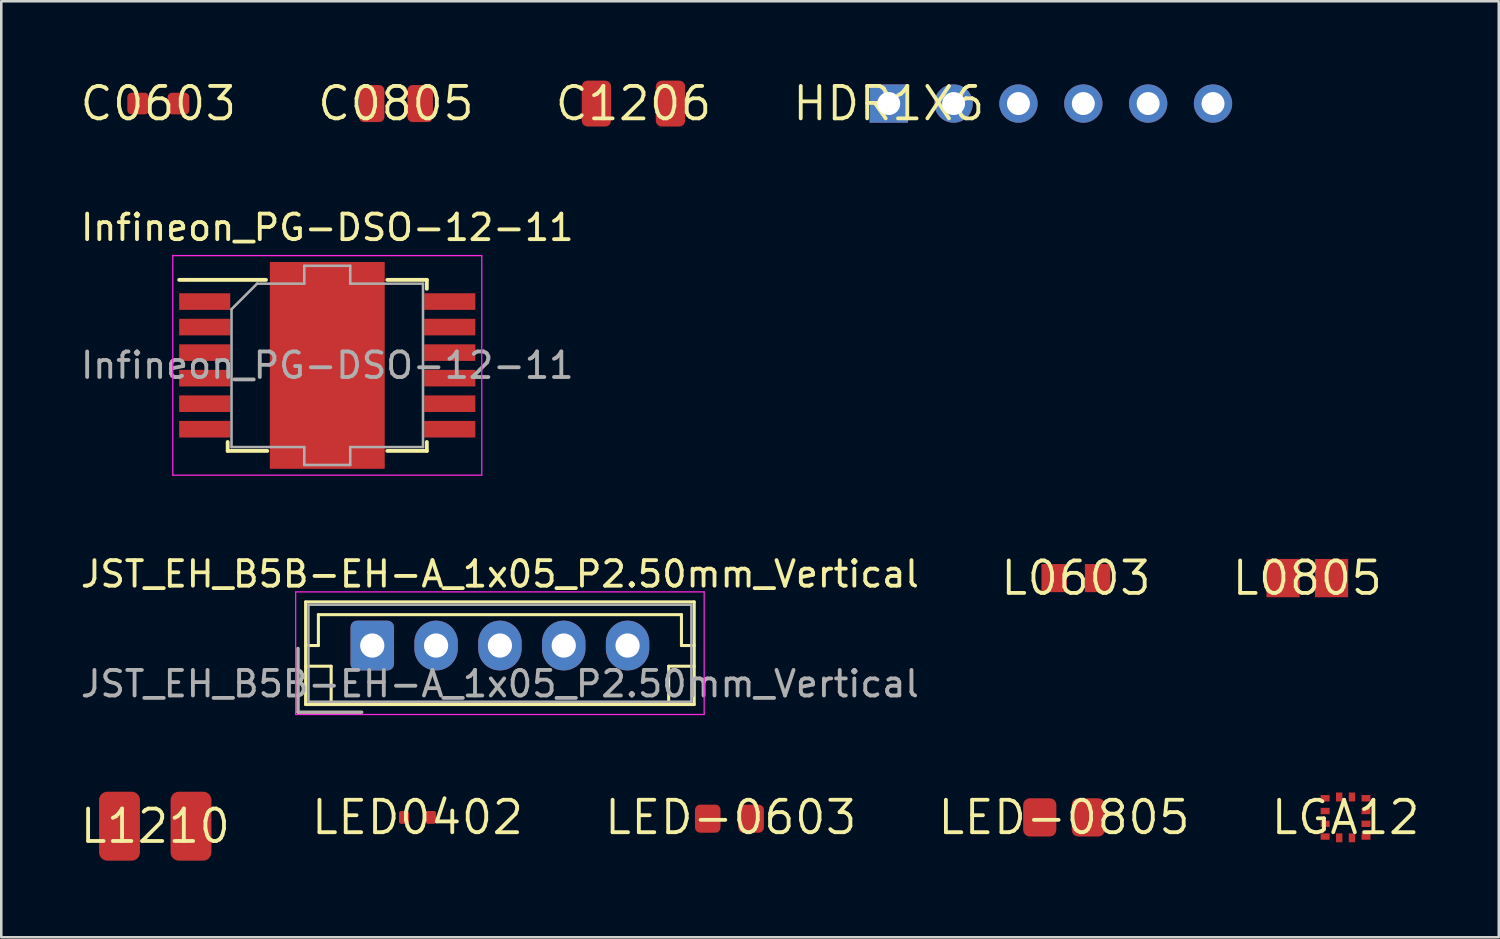
<source format=kicad_pcb>
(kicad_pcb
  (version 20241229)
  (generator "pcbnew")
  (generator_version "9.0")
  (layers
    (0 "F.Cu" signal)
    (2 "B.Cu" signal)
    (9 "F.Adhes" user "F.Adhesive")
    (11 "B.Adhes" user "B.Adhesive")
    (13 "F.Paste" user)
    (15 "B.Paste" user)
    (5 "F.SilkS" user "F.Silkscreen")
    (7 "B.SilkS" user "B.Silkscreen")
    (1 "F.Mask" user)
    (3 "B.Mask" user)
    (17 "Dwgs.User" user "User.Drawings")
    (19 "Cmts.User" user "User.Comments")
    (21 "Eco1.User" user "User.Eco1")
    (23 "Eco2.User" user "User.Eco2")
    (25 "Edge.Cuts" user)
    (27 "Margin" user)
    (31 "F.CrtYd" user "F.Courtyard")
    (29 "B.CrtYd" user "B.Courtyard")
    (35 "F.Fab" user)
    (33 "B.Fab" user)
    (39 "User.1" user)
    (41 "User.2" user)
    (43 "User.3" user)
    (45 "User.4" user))
  (footprint "LGA12"
    (layer "F.Cu")
    (at 49.652 28.965)
    (property "Reference" "LGA12" (at 0 0 0) (layer "F.SilkS") (effects (font (size 1.27 1.27) (thickness 0.15))))
    (attr through_hole)
    (pad "1" smd rect (at -0.8 -0.75) (size 0.35 0.25) (layers "F.Cu" "F.Mask"))
    (pad "2" smd rect (at -0.8 -0.25) (size 0.35 0.25) (layers "F.Cu" "F.Mask"))
    (pad "3" smd rect (at -0.8 0.25) (size 0.35 0.25) (layers "F.Cu" "F.Mask"))
    (pad "4" smd rect (at -0.8 0.75) (size 0.35 0.25) (layers "F.Cu" "F.Mask"))
    (pad "5" smd rect (at -0.25 0.8 90) (size 0.35 0.25) (layers "F.Cu" "F.Mask"))
    (pad "6" smd rect (at 0.25 0.8 90) (size 0.35 0.25) (layers "F.Cu" "F.Mask"))
    (pad "7" smd rect (at 0.8 0.75) (size 0.35 0.25) (layers "F.Cu" "F.Mask"))
    (pad "8" smd rect (at 0.8 0.25) (size 0.35 0.25) (layers "F.Cu" "F.Mask"))
    (pad "9" smd rect (at 0.8 -0.25) (size 0.35 0.25) (layers "F.Cu" "F.Mask"))
    (pad "10" smd rect (at 0.8 -0.75) (size 0.35 0.25) (layers "F.Cu" "F.Mask"))
    (pad "11" smd rect (at 0.25 -0.8 90) (size 0.35 0.25) (layers "F.Cu" "F.Mask"))
    (pad "12" smd rect (at -0.25 -0.8 90) (size 0.35 0.25) (layers "F.Cu" "F.Mask")))
  (footprint "L0805"
    (layer "F.Cu")
    (at 48.153 19.592)
    (property "Reference" "L0805" (at 0 0 0) (layer "F.SilkS") (effects (font (size 1.27 1.27) (thickness 0.15))))
    (attr through_hole)
    (pad "1" smd rect (at -0.95 0) (size 1.3 1.5) (layers "F.Cu" "F.Mask"))
    (pad "2" smd rect (at 0.95 0) (size 1.3 1.5) (layers "F.Cu" "F.Mask")))
  (footprint "HDR1X6"
    (layer "F.Cu")
    (at 31.76 1.006)
    (property "Reference" "HDR1X6" (at 0 0 0) (layer "F.SilkS") (effects (font (size 1.27 1.27) (thickness 0.15))))
    (attr through_hole)
    (pad "1" thru_hole rect (at 0 0) (size 1.5 1.5) (drill 0.9) (layers "F.Cu" "F.Mask"))
    (pad "2" thru_hole oval (at 2.54 0) (size 1.5 1.5) (drill 0.9) (layers "F.Cu" "F.Mask"))
    (pad "3" thru_hole oval (at 5.08 0) (size 1.5 1.5) (drill 0.9) (layers "F.Cu" "F.Mask"))
    (pad "4" thru_hole oval (at 7.62 0) (size 1.5 1.5) (drill 0.9) (layers "F.Cu" "F.Mask"))
    (pad "5" thru_hole oval (at 10.16 0) (size 1.5 1.5) (drill 0.9) (layers "F.Cu" "F.Mask"))
    (pad "6" thru_hole oval (at 12.7 0) (size 1.5 1.5) (drill 0.9) (layers "F.Cu" "F.Mask")))
  (footprint "L0603"
    (layer "F.Cu")
    (at 39.091 19.592)
    (property "Reference" "L0603" (at 0 0 0) (layer "F.SilkS") (effects (font (size 1.27 1.27) (thickness 0.15))))
    (attr through_hole)
    (pad "1" smd rect (at -0.85 0) (size 1 1.1) (layers "F.Cu" "F.Mask"))
    (pad "2" smd rect (at 0.85 0) (size 1 1.1) (layers "F.Cu" "F.Mask")))
  (footprint "C1206"
    (layer "F.Cu")
    (at 21.76 1.006)
    (property "Reference" "C1206" (at 0 0 0) (layer "F.SilkS") (effects (font (size 1.27 1.27) (thickness 0.15))))
    (attr through_hole)
    (pad "1" smd roundrect (at -1.45 0 90) (size 1.8 1.15) (layers "F.Cu" "F.Mask") (roundrect_rratio 0.2))
    (pad "2" smd roundrect (at 1.45 0 90) (size 1.8 1.15) (layers "F.Cu" "F.Mask") (roundrect_rratio 0.2)))
  (footprint "LED0402"
    (layer "F.Cu")
    (at 13.303 28.965)
    (property "Reference" "LED0402" (at 0 0 0) (layer "F.SilkS") (effects (font (size 1.27 1.27) (thickness 0.15))))
    (attr through_hole)
    (pad "1" smd roundrect (at -0.525 0) (size 0.4 0.5) (layers "F.Cu" "F.Mask") (roundrect_rratio 0.2))
    (pad "2" smd roundrect (at 0.525 0) (size 0.4 0.5) (layers "F.Cu" "F.Mask") (roundrect_rratio 0.2)))
  (footprint "Infineon_PG-DSO-12-11"
    (layer "F.Cu")
    (at 9.768 11.261)
    (property "Reference" "Infineon_PG-DSO-12-11" (at 0 -5.4 0) (layer "F.SilkS") (effects (font (size 1 1) (thickness 0.15))))
    (attr smd)
    (fp_line (start -5.8 -3.35) (end -2.4 -3.35) (stroke (width 0.15) (type solid)) (layer "F.SilkS"))
    (fp_line (start -3.9 3) (end -3.9 3.35) (stroke (width 0.15) (type solid)) (layer "F.SilkS"))
    (fp_line (start -3.9 3.35) (end -2.35 3.35) (stroke (width 0.15) (type solid)) (layer "F.SilkS"))
    (fp_line (start 3.9 -3.35) (end 2.35 -3.35) (stroke (width 0.15) (type solid)) (layer "F.SilkS"))
    (fp_line (start 3.9 -3) (end 3.9 -3.35) (stroke (width 0.15) (type solid)) (layer "F.SilkS"))
    (fp_line (start 3.9 3) (end 3.9 3.35) (stroke (width 0.15) (type solid)) (layer "F.SilkS"))
    (fp_line (start 3.9 3.35) (end 2.35 3.35) (stroke (width 0.15) (type solid)) (layer "F.SilkS"))
    (fp_line (start -6.05 -4.3) (end 6.05 -4.3) (stroke (width 0.05) (type solid)) (layer "F.CrtYd"))
    (fp_line (start -6.05 4.3) (end -6.05 -4.3) (stroke (width 0.05) (type solid)) (layer "F.CrtYd"))
    (fp_line (start 6.05 -4.3) (end 6.05 4.3) (stroke (width 0.05) (type solid)) (layer "F.CrtYd"))
    (fp_line (start 6.05 4.3) (end -6.05 4.3) (stroke (width 0.05) (type solid)) (layer "F.CrtYd"))
    (fp_line (start -3.75 3.2) (end -3.75 -2.2) (stroke (width 0.1) (type solid)) (layer "F.Fab"))
    (fp_line (start -2.75 -3.2) (end -3.75 -2.2) (stroke (width 0.1) (type solid)) (layer "F.Fab"))
    (fp_line (start -2.75 -3.2) (end -0.9 -3.2) (stroke (width 0.1) (type solid)) (layer "F.Fab"))
    (fp_line (start -0.9 -3.9) (end 0.9 -3.9) (stroke (width 0.1) (type solid)) (layer "F.Fab"))
    (fp_line (start -0.9 -3.2) (end -0.9 -3.9) (stroke (width 0.1) (type solid)) (layer "F.Fab"))
    (fp_line (start -0.9 3.2) (end -3.75 3.2) (stroke (width 0.1) (type solid)) (layer "F.Fab"))
    (fp_line (start -0.9 3.9) (end -0.9 3.2) (stroke (width 0.1) (type solid)) (layer "F.Fab"))
    (fp_line (start 0.9 -3.9) (end 0.9 -3.2) (stroke (width 0.1) (type solid)) (layer "F.Fab"))
    (fp_line (start 0.9 -3.2) (end 3.75 -3.2) (stroke (width 0.1) (type solid)) (layer "F.Fab"))
    (fp_line (start 0.9 3.2) (end 0.9 3.9) (stroke (width 0.1) (type solid)) (layer "F.Fab"))
    (fp_line (start 0.9 3.9) (end -0.9 3.9) (stroke (width 0.1) (type solid)) (layer "F.Fab"))
    (fp_line (start 3.75 -3.2) (end 3.75 3.2) (stroke (width 0.1) (type solid)) (layer "F.Fab"))
    (fp_line (start 3.75 3.2) (end 0.9 3.2) (stroke (width 0.1) (type solid)) (layer "F.Fab"))
    (fp_text user "${REFERENCE}" (at 0 0 0) (layer "F.Fab") (effects (font (size 1 1) (thickness 0.15))))
    (pad "" smd rect (at -1.125 -2.92) (size 1.95 1.16) (layers "F.Paste"))
    (pad "" smd rect (at -1.125 -1.46) (size 1.95 1.16) (layers "F.Paste"))
    (pad "" smd rect (at -1.125 0) (size 1.95 1.16) (layers "F.Paste"))
    (pad "" smd rect (at -1.125 1.46) (size 1.95 1.16) (layers "F.Paste"))
    (pad "" smd rect (at -1.125 2.92) (size 1.95 1.16) (layers "F.Paste"))
    (pad "" smd rect (at 1.125 -2.92) (size 1.95 1.16) (layers "F.Paste"))
    (pad "" smd rect (at 1.125 -1.46) (size 1.95 1.16) (layers "F.Paste"))
    (pad "" smd rect (at 1.125 0) (size 1.95 1.16) (layers "F.Paste"))
    (pad "" smd rect (at 1.125 1.46) (size 1.95 1.16) (layers "F.Paste"))
    (pad "" smd rect (at 1.125 2.92) (size 1.95 1.16) (layers "F.Paste"))
    (pad "1" smd rect (at -4.8 -2.5) (size 2 0.65) (layers "F.Cu" "F.Mask" "F.Paste"))
    (pad "2" smd rect (at -4.8 -1.5) (size 2 0.65) (layers "F.Cu" "F.Mask" "F.Paste"))
    (pad "3" smd rect (at -4.8 -0.5) (size 2 0.65) (layers "F.Cu" "F.Mask" "F.Paste"))
    (pad "4" smd rect (at -4.8 0.5) (size 2 0.65) (layers "F.Cu" "F.Mask" "F.Paste"))
    (pad "5" smd rect (at -4.8 1.5) (size 2 0.65) (layers "F.Cu" "F.Mask" "F.Paste"))
    (pad "6" smd rect (at -4.8 2.5) (size 2 0.65) (layers "F.Cu" "F.Mask" "F.Paste"))
    (pad "7" smd rect (at 4.8 2.5) (size 2 0.65) (layers "F.Cu" "F.Mask" "F.Paste"))
    (pad "8" smd rect (at 4.8 1.5) (size 2 0.65) (layers "F.Cu" "F.Mask" "F.Paste"))
    (pad "9" smd rect (at 4.8 0.5) (size 2 0.65) (layers "F.Cu" "F.Mask" "F.Paste"))
    (pad "10" smd rect (at 4.8 -0.5) (size 2 0.65) (layers "F.Cu" "F.Mask" "F.Paste"))
    (pad "11" smd rect (at 4.8 -1.5) (size 2 0.65) (layers "F.Cu" "F.Mask" "F.Paste"))
    (pad "12" smd rect (at 4.8 -2.5) (size 2 0.65) (layers "F.Cu" "F.Mask" "F.Paste"))
    (pad "13" smd rect (at 0 0) (size 4.5 8.1) (layers "F.Cu" "F.Mask")))
  (footprint "JST_EH_B5B-EH-A_1x05_P2.50mm_Vertical"
    (layer "F.Cu")
    (at 11.53 22.234)
    (property "Reference" "JST_EH_B5B-EH-A_1x05_P2.50mm_Vertical" (at 5 -2.8 0) (layer "F.SilkS") (effects (font (size 1 1) (thickness 0.15))))
    (attr through_hole)
    (fp_line (start -2.91 0.11) (end -2.91 2.61) (stroke (width 0.12) (type solid)) (layer "F.SilkS"))
    (fp_line (start -2.91 2.61) (end -0.41 2.61) (stroke (width 0.12) (type solid)) (layer "F.SilkS"))
    (fp_line (start -2.61 -1.71) (end -2.61 2.31) (stroke (width 0.12) (type solid)) (layer "F.SilkS"))
    (fp_line (start -2.61 0) (end -2.11 0) (stroke (width 0.12) (type solid)) (layer "F.SilkS"))
    (fp_line (start -2.61 0.81) (end -1.61 0.81) (stroke (width 0.12) (type solid)) (layer "F.SilkS"))
    (fp_line (start -2.61 2.31) (end 12.61 2.31) (stroke (width 0.12) (type solid)) (layer "F.SilkS"))
    (fp_line (start -2.11 -1.21) (end 12.11 -1.21) (stroke (width 0.12) (type solid)) (layer "F.SilkS"))
    (fp_line (start -2.11 0) (end -2.11 -1.21) (stroke (width 0.12) (type solid)) (layer "F.SilkS"))
    (fp_line (start -1.61 0.81) (end -1.61 2.31) (stroke (width 0.12) (type solid)) (layer "F.SilkS"))
    (fp_line (start 11.61 0.81) (end 11.61 2.31) (stroke (width 0.12) (type solid)) (layer "F.SilkS"))
    (fp_line (start 12.11 -1.21) (end 12.11 0) (stroke (width 0.12) (type solid)) (layer "F.SilkS"))
    (fp_line (start 12.11 0) (end 12.61 0) (stroke (width 0.12) (type solid)) (layer "F.SilkS"))
    (fp_line (start 12.61 -1.71) (end -2.61 -1.71) (stroke (width 0.12) (type solid)) (layer "F.SilkS"))
    (fp_line (start 12.61 0.81) (end 11.61 0.81) (stroke (width 0.12) (type solid)) (layer "F.SilkS"))
    (fp_line (start 12.61 2.31) (end 12.61 -1.71) (stroke (width 0.12) (type solid)) (layer "F.SilkS"))
    (fp_line (start -3 -2.1) (end -3 2.7) (stroke (width 0.05) (type solid)) (layer "F.CrtYd"))
    (fp_line (start -3 2.7) (end 13 2.7) (stroke (width 0.05) (type solid)) (layer "F.CrtYd"))
    (fp_line (start 13 -2.1) (end -3 -2.1) (stroke (width 0.05) (type solid)) (layer "F.CrtYd"))
    (fp_line (start 13 2.7) (end 13 -2.1) (stroke (width 0.05) (type solid)) (layer "F.CrtYd"))
    (fp_line (start -2.91 0.11) (end -2.91 2.61) (stroke (width 0.1) (type solid)) (layer "F.Fab"))
    (fp_line (start -2.91 2.61) (end -0.41 2.61) (stroke (width 0.1) (type solid)) (layer "F.Fab"))
    (fp_line (start -2.5 -1.6) (end -2.5 2.2) (stroke (width 0.1) (type solid)) (layer "F.Fab"))
    (fp_line (start -2.5 2.2) (end 12.5 2.2) (stroke (width 0.1) (type solid)) (layer "F.Fab"))
    (fp_line (start 12.5 -1.6) (end -2.5 -1.6) (stroke (width 0.1) (type solid)) (layer "F.Fab"))
    (fp_line (start 12.5 2.2) (end 12.5 -1.6) (stroke (width 0.1) (type solid)) (layer "F.Fab"))
    (fp_text user "${REFERENCE}" (at 5 1.5 0) (layer "F.Fab") (effects (font (size 1 1) (thickness 0.15))))
    (pad "1" thru_hole roundrect (at 0 0) (size 1.7 1.95) (drill 0.95) (layers "*.Cu" "*.Mask") (roundrect_rratio 0.147))
    (pad "2" thru_hole oval (at 2.5 0) (size 1.7 1.95) (drill 0.95) (layers "*.Cu" "*.Mask"))
    (pad "3" thru_hole oval (at 5 0) (size 1.7 1.95) (drill 0.95) (layers "*.Cu" "*.Mask"))
    (pad "4" thru_hole oval (at 7.5 0) (size 1.7 1.95) (drill 0.95) (layers "*.Cu" "*.Mask"))
    (pad "5" thru_hole oval (at 10 0) (size 1.7 1.95) (drill 0.95) (layers "*.Cu" "*.Mask")))
  (footprint "C0603"
    (layer "F.Cu")
    (at 3.152 1.006)
    (property "Reference" "C0603" (at 0 0 0) (layer "F.SilkS") (effects (font (size 1.27 1.27) (thickness 0.15))))
    (attr through_hole)
    (pad "1" smd roundrect (at -0.79 0) (size 0.85 0.85) (layers "F.Cu" "F.Mask") (roundrect_rratio 0.2))
    (pad "2" smd roundrect (at 0.79 0) (size 0.85 0.85) (layers "F.Cu" "F.Mask") (roundrect_rratio 0.2)))
  (footprint "L1210"
    (layer "F.Cu")
    (at 3.031 29.309)
    (property "Reference" "L1210" (at 0 0 0) (layer "F.SilkS") (effects (font (size 1.27 1.27) (thickness 0.15))))
    (attr through_hole)
    (pad "1" smd roundrect (at -1.4 0 90) (size 2.7 1.6) (layers "F.Cu" "F.Mask") (roundrect_rratio 0.2))
    (pad "2" smd roundrect (at 1.4 0 90) (size 2.7 1.6) (layers "F.Cu" "F.Mask") (roundrect_rratio 0.2)))
  (footprint "LED-0603"
    (layer "F.Cu")
    (at 25.57 28.965)
    (property "Reference" "LED-0603" (at 0 0 0) (layer "F.SilkS") (effects (font (size 1.27 1.27) (thickness 0.15))))
    (attr through_hole)
    (pad "1" smd roundrect (at 0.8 0.05 180) (size 1 1.1) (layers "F.Cu" "F.Mask") (roundrect_rratio 0.2))
    (pad "2" smd roundrect (at -0.9 0.05 180) (size 1 1.1) (layers "F.Cu" "F.Mask") (roundrect_rratio 0.2)))
  (footprint "LED-0805"
    (layer "F.Cu")
    (at 38.624 28.965)
    (property "Reference" "LED-0805" (at 0 0 0) (layer "F.SilkS") (effects (font (size 1.27 1.27) (thickness 0.15))))
    (attr through_hole)
    (pad "1" smd roundrect (at 0.95 0) (size 1.3 1.5) (layers "F.Cu" "F.Mask") (roundrect_rratio 0.2))
    (pad "2" smd roundrect (at -0.95 0) (size 1.3 1.5) (layers "F.Cu" "F.Mask") (roundrect_rratio 0.2)))
  (footprint "C0805"
    (layer "F.Cu")
    (at 12.456 1.006)
    (property "Reference" "C0805" (at 0 0 0) (layer "F.SilkS") (effects (font (size 1.27 1.27) (thickness 0.15))))
    (attr through_hole)
    (pad "1" smd roundrect (at -0.95 0) (size 1 1.45) (layers "F.Cu" "F.Mask") (roundrect_rratio 0.2))
    (pad "2" smd roundrect (at 0.95 0) (size 1 1.45) (layers "F.Cu" "F.Mask") (roundrect_rratio 0.2)))
  (gr_rect
    (start -3 -3)
    (end 55.652 33.659)
    (stroke (width 0.1) (type default))
    (fill no)
    (layer "Edge.Cuts")))
</source>
